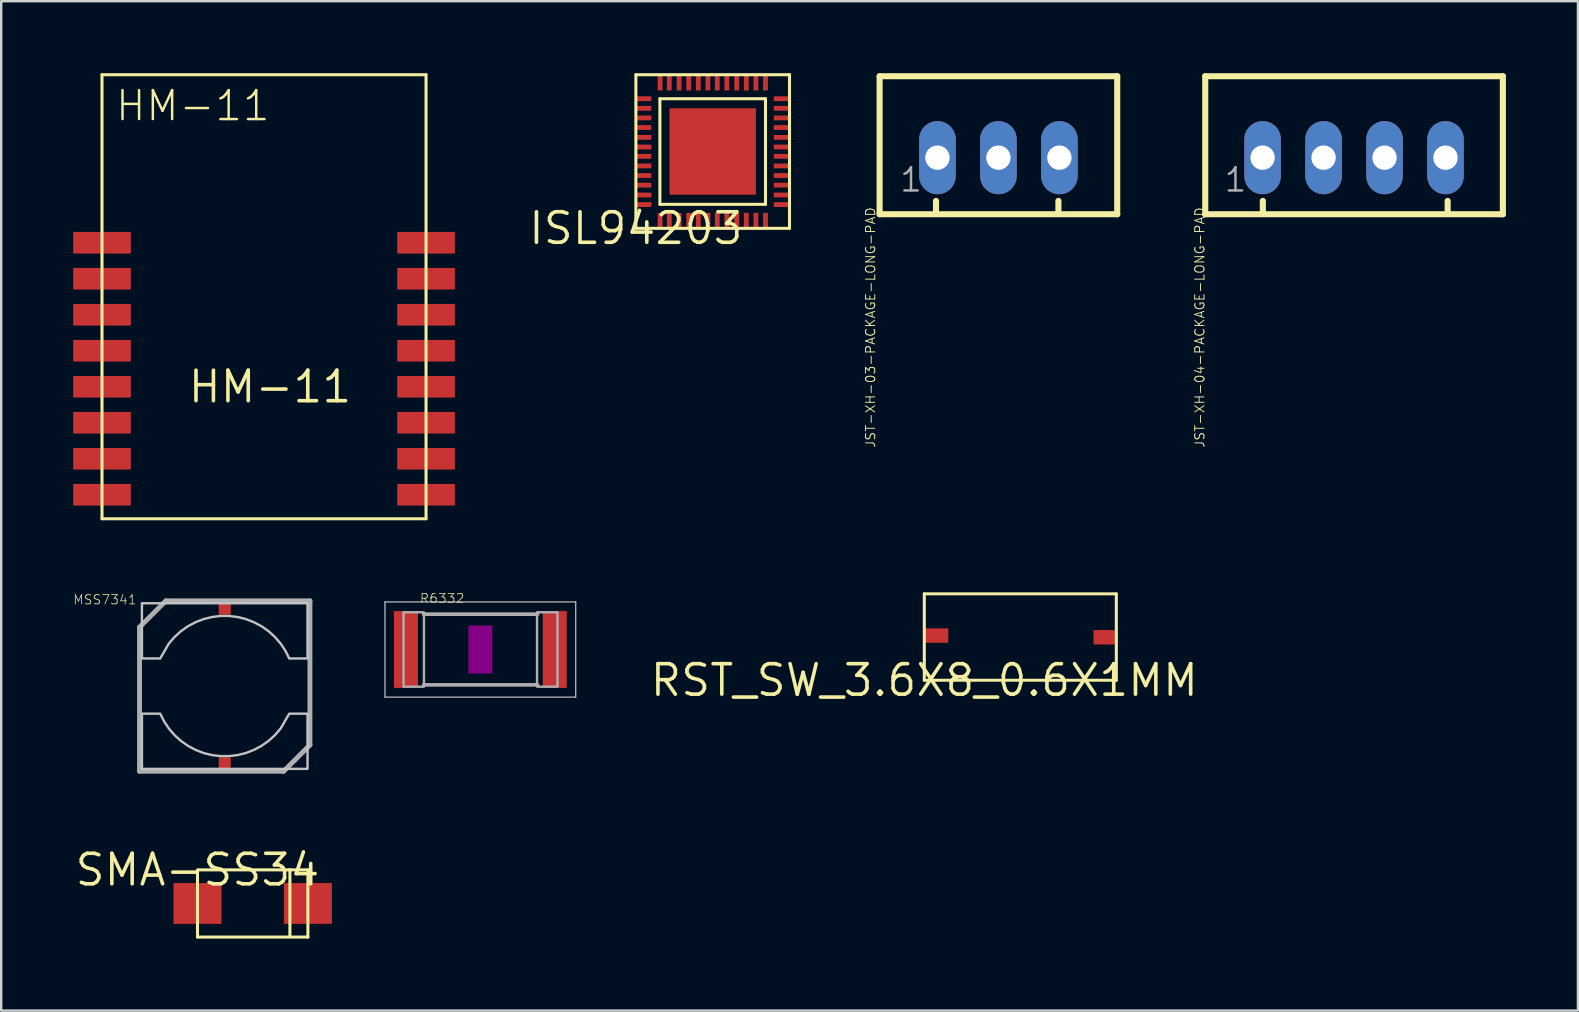
<source format=kicad_pcb>
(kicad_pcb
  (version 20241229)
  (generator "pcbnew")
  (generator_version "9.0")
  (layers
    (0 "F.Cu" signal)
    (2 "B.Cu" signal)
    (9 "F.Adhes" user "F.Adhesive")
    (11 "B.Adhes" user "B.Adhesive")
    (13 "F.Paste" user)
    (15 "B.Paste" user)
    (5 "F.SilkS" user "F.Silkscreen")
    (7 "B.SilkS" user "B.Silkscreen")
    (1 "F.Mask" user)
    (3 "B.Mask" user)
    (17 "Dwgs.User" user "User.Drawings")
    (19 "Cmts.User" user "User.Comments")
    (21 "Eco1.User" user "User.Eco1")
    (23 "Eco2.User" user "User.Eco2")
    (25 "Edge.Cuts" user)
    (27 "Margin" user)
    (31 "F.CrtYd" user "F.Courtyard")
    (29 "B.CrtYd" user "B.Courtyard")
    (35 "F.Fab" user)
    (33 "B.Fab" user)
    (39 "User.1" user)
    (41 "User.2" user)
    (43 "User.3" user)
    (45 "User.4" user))
  (footprint "JST-XH-03-PACKAGE-LONG-PAD"
    (layer "F.Cu")
    (at 38.547 3.519)
    (property "Reference" "JST-XH-03-PACKAGE-LONG-PAD" (at -5.555 2.04 270) (layer "F.SilkS") (effects (font (size 0.386 0.386) (thickness 0.039)) (justify right top)))
    (attr through_hole)
    (fp_line (start -4.95 -3.393) (end -4.95 2.357) (stroke (width 0.254) (type solid)) (layer "F.SilkS"))
    (fp_line (start -4.95 2.357) (end 4.95 2.357) (stroke (width 0.254) (type solid)) (layer "F.SilkS"))
    (fp_line (start -2.6 2.3) (end -2.6 1.8) (stroke (width 0.254) (type solid)) (layer "F.SilkS"))
    (fp_line (start 2.5 2.3) (end 2.5 1.8) (stroke (width 0.254) (type solid)) (layer "F.SilkS"))
    (fp_line (start 4.95 -3.393) (end -4.95 -3.393) (stroke (width 0.254) (type solid)) (layer "F.SilkS"))
    (fp_line (start 4.95 2.357) (end 4.95 -3.393) (stroke (width 0.254) (type solid)) (layer "F.SilkS"))
    (fp_text user "1" (at -4.168 1.488 0) (layer "F.Fab") (effects (font (size 0.965 0.965) (thickness 0.102)) (justify left bottom)))
    (pad "1" thru_hole oval (at -2.54 0 90) (size 3.048 1.524) (drill 1.016) (layers "*.Cu" "*.Mask"))
    (pad "2" thru_hole oval (at 0 0 90) (size 3.048 1.524) (drill 1.016) (layers "*.Cu" "*.Mask"))
    (pad "3" thru_hole oval (at 2.54 0 90) (size 3.048 1.524) (drill 1.016) (layers "*.Cu" "*.Mask")))
  (footprint "ISL94203"
    (layer "F.Cu")
    (at 23.443 6.463)
    (property "Reference" "ISL94203" (at 0 0 0) (layer "F.SilkS") (effects (font (size 1.27 1.27) (thickness 0.15))))
    (attr through_hole)
    (fp_line (start 0 -6.4) (end 0 0) (stroke (width 0.127) (type solid)) (layer "F.SilkS"))
    (fp_line (start 0 0) (end 6.4 0) (stroke (width 0.127) (type solid)) (layer "F.SilkS"))
    (fp_line (start 1 -5.4) (end 1 -1) (stroke (width 0.127) (type solid)) (layer "F.SilkS"))
    (fp_line (start 1 -1) (end 5.4 -1) (stroke (width 0.127) (type solid)) (layer "F.SilkS"))
    (fp_line (start 5.4 -5.4) (end 1 -5.4) (stroke (width 0.127) (type solid)) (layer "F.SilkS"))
    (fp_line (start 5.4 -1) (end 5.4 -5.4) (stroke (width 0.127) (type solid)) (layer "F.SilkS"))
    (fp_line (start 6.4 -6.4) (end 0 -6.4) (stroke (width 0.127) (type solid)) (layer "F.SilkS"))
    (fp_line (start 6.4 0) (end 6.4 -6.4) (stroke (width 0.127) (type solid)) (layer "F.SilkS"))
    (pad "ADDR" smd rect (at 5.4 -0.32) (size 0.2 0.65) (layers "F.Cu" "F.Mask" "F.Paste"))
    (pad "C1" smd rect (at 3.79 -6.07) (size 0.2 0.65) (layers "F.Cu" "F.Mask" "F.Paste"))
    (pad "C2" smd rect (at 4.2 -6.07) (size 0.2 0.65) (layers "F.Cu" "F.Mask" "F.Paste"))
    (pad "C3" smd rect (at 4.6 -6.07) (size 0.2 0.65) (layers "F.Cu" "F.Mask" "F.Paste"))
    (pad "CB1" smd rect (at 2.2 -0.32) (size 0.2 0.65) (layers "F.Cu" "F.Mask" "F.Paste"))
    (pad "CB2" smd rect (at 1.39 -0.32) (size 0.2 0.65) (layers "F.Cu" "F.Mask" "F.Paste"))
    (pad "CB3" smd rect (at 0.32 -0.99) (size 0.65 0.2) (layers "F.Cu" "F.Mask" "F.Paste"))
    (pad "CB4" smd rect (at 0.32 -1.8) (size 0.65 0.2) (layers "F.Cu" "F.Mask" "F.Paste"))
    (pad "CB5" smd rect (at 0.32 -2.6) (size 0.65 0.2) (layers "F.Cu" "F.Mask" "F.Paste"))
    (pad "CB6" smd rect (at 0.32 -3.39) (size 0.65 0.2) (layers "F.Cu" "F.Mask" "F.Paste"))
    (pad "CB7" smd rect (at 0.32 -4.2) (size 0.65 0.2) (layers "F.Cu" "F.Mask" "F.Paste"))
    (pad "CB8" smd rect (at 0.32 -5) (size 0.65 0.2) (layers "F.Cu" "F.Mask" "F.Paste"))
    (pad "CFET" smd rect (at 2.2 -6.07) (size 0.2 0.65) (layers "F.Cu" "F.Mask" "F.Paste"))
    (pad "CHMON" smd rect (at 5.4 -6.07) (size 0.2 0.65) (layers "F.Cu" "F.Mask" "F.Paste"))
    (pad "CSI1" smd rect (at 1.39 -6.07) (size 0.2 0.65) (layers "F.Cu" "F.Mask" "F.Paste"))
    (pad "CSI2" smd rect (at 1.8 -6.07) (size 0.2 0.65) (layers "F.Cu" "F.Mask" "F.Paste"))
    (pad "DFET" smd rect (at 3.39 -6.07) (size 0.2 0.65) (layers "F.Cu" "F.Mask" "F.Paste"))
    (pad "DNC" smd rect (at 5 -0.32) (size 0.2 0.65) (layers "F.Cu" "F.Mask" "F.Paste"))
    (pad "DNC2" smd rect (at 6.07 -3) (size 0.65 0.2) (layers "F.Cu" "F.Mask" "F.Paste"))
    (pad "EOC" smd rect (at 6.07 -5) (size 0.65 0.2) (layers "F.Cu" "F.Mask" "F.Paste"))
    (pad "FETSOFF" smd rect (at 6.07 -4.2) (size 0.65 0.2) (layers "F.Cu" "F.Mask" "F.Paste"))
    (pad "INT" smd rect (at 6.07 -3.39) (size 0.65 0.2) (layers "F.Cu" "F.Mask" "F.Paste"))
    (pad "LDMON" smd rect (at 5 -6.07) (size 0.2 0.65) (layers "F.Cu" "F.Mask" "F.Paste"))
    (pad "PAD" smd rect (at 3.2 -3.2) (size 3.6 3.6) (layers "F.Cu" "F.Mask" "F.Paste"))
    (pad "PCFET" smd rect (at 2.6 -6.07) (size 0.2 0.65) (layers "F.Cu" "F.Mask" "F.Paste"))
    (pad "PSD" smd rect (at 6.07 -3.79) (size 0.65 0.2) (layers "F.Cu" "F.Mask" "F.Paste"))
    (pad "RGO" smd rect (at 6.07 -5.4) (size 0.65 0.2) (layers "F.Cu" "F.Mask" "F.Paste"))
    (pad "SCL" smd rect (at 6.07 -0.99) (size 0.65 0.2) (layers "F.Cu" "F.Mask" "F.Paste"))
    (pad "SD" smd rect (at 6.07 -4.6) (size 0.65 0.2) (layers "F.Cu" "F.Mask" "F.Paste"))
    (pad "SDAI" smd rect (at 6.07 -1.39) (size 0.65 0.2) (layers "F.Cu" "F.Mask" "F.Paste"))
    (pad "SDAO" smd rect (at 6.07 -1.8) (size 0.65 0.2) (layers "F.Cu" "F.Mask" "F.Paste"))
    (pad "TEMPO" smd rect (at 4.6 -0.32) (size 0.2 0.65) (layers "F.Cu" "F.Mask" "F.Paste"))
    (pad "VBATT" smd rect (at 1.01 -6.07) (size 0.2 0.65) (layers "F.Cu" "F.Mask" "F.Paste"))
    (pad "VC0" smd rect (at 2.6 -0.32) (size 0.2 0.65) (layers "F.Cu" "F.Mask" "F.Paste"))
    (pad "VC1" smd rect (at 1.8 -0.32) (size 0.2 0.65) (layers "F.Cu" "F.Mask" "F.Paste"))
    (pad "VC2" smd rect (at 1.01 -0.32) (size 0.2 0.65) (layers "F.Cu" "F.Mask" "F.Paste"))
    (pad "VC3" smd rect (at 0.32 -1.39) (size 0.65 0.2) (layers "F.Cu" "F.Mask" "F.Paste"))
    (pad "VC4" smd rect (at 0.32 -2.2) (size 0.65 0.2) (layers "F.Cu" "F.Mask" "F.Paste"))
    (pad "VC5" smd rect (at 0.32 -3) (size 0.65 0.2) (layers "F.Cu" "F.Mask" "F.Paste"))
    (pad "VC6" smd rect (at 0.32 -3.79) (size 0.65 0.2) (layers "F.Cu" "F.Mask" "F.Paste"))
    (pad "VC7" smd rect (at 0.32 -4.6) (size 0.65 0.2) (layers "F.Cu" "F.Mask" "F.Paste"))
    (pad "VC8" smd rect (at 0.32 -5.4) (size 0.65 0.2) (layers "F.Cu" "F.Mask" "F.Paste"))
    (pad "VDD" smd rect (at 3 -6.07) (size 0.2 0.65) (layers "F.Cu" "F.Mask" "F.Paste"))
    (pad "VREF" smd rect (at 3.39 -0.32) (size 0.2 0.65) (layers "F.Cu" "F.Mask" "F.Paste"))
    (pad "VSS" smd rect (at 3 -0.32) (size 0.2 0.65) (layers "F.Cu" "F.Mask" "F.Paste"))
    (pad "VSS2" smd rect (at 6.07 -2.2) (size 0.65 0.2) (layers "F.Cu" "F.Mask" "F.Paste"))
    (pad "VSS3" smd rect (at 6.07 -2.6) (size 0.65 0.2) (layers "F.Cu" "F.Mask" "F.Paste"))
    (pad "XT1" smd rect (at 3.79 -0.32) (size 0.2 0.65) (layers "F.Cu" "F.Mask" "F.Paste"))
    (pad "XT2" smd rect (at 4.2 -0.32) (size 0.2 0.65) (layers "F.Cu" "F.Mask" "F.Paste")))
  (footprint "RST_SW_3.6X8_0.6X1MM"
    (layer "F.Cu")
    (at 35.459 25.291)
    (property "Reference" "RST_SW_3.6X8_0.6X1MM" (at 0 0 0) (layer "F.SilkS") (effects (font (size 1.27 1.27) (thickness 0.15))))
    (attr through_hole)
    (fp_line (start 0 -3.6) (end 0 0) (stroke (width 0.127) (type solid)) (layer "F.SilkS"))
    (fp_line (start 0 0) (end 8 0) (stroke (width 0.127) (type solid)) (layer "F.SilkS"))
    (fp_line (start 8 -3.6) (end 0 -3.6) (stroke (width 0.127) (type solid)) (layer "F.SilkS"))
    (fp_line (start 8 0) (end 8 -3.6) (stroke (width 0.127) (type solid)) (layer "F.SilkS"))
    (pad "P$1" smd rect (at 0.5 -1.86) (size 1 0.6) (layers "F.Cu" "F.Mask" "F.Paste"))
    (pad "P$2" smd rect (at 7.55 -1.79) (size 1 0.6) (layers "F.Cu" "F.Mask" "F.Paste")))
  (footprint "JST-XH-04-PACKAGE-LONG-PAD"
    (layer "F.Cu")
    (at 53.364 3.519)
    (property "Reference" "JST-XH-04-PACKAGE-LONG-PAD" (at -6.655 2.04 270) (layer "F.SilkS") (effects (font (size 0.386 0.386) (thickness 0.039)) (justify right top)))
    (attr through_hole)
    (fp_line (start -6.2 -3.393) (end -6.2 2.357) (stroke (width 0.254) (type solid)) (layer "F.SilkS"))
    (fp_line (start -6.2 2.357) (end 6.2 2.357) (stroke (width 0.254) (type solid)) (layer "F.SilkS"))
    (fp_line (start -3.8 2.3) (end -3.8 1.8) (stroke (width 0.254) (type solid)) (layer "F.SilkS"))
    (fp_line (start 3.9 2.3) (end 3.9 1.8) (stroke (width 0.254) (type solid)) (layer "F.SilkS"))
    (fp_line (start 6.2 -3.393) (end -6.2 -3.393) (stroke (width 0.254) (type solid)) (layer "F.SilkS"))
    (fp_line (start 6.2 2.357) (end 6.2 -3.393) (stroke (width 0.254) (type solid)) (layer "F.SilkS"))
    (fp_text user "1" (at -5.468 1.488 0) (layer "F.Fab") (effects (font (size 0.965 0.965) (thickness 0.102)) (justify left bottom)))
    (pad "1" thru_hole oval (at -3.81 0 90) (size 3.048 1.524) (drill 1.016) (layers "*.Cu" "*.Mask"))
    (pad "2" thru_hole oval (at -1.27 0 90) (size 3.048 1.524) (drill 1.016) (layers "*.Cu" "*.Mask"))
    (pad "3" thru_hole oval (at 1.27 0 90) (size 3.048 1.524) (drill 1.016) (layers "*.Cu" "*.Mask"))
    (pad "4" thru_hole oval (at 3.81 0 90) (size 3.048 1.524) (drill 1.016) (layers "*.Cu" "*.Mask")))
  (footprint "MSS7341"
    (layer "F.Cu")
    (at 6.313 25.533)
    (property "Reference" "MSS7341" (at -3.65 -3.825 180) (layer "F.SilkS") (effects (font (size 0.386 0.386) (thickness 0.031)) (justify right top)))
    (attr through_hole)
    (fp_poly (pts (xy -3.45 -1.15) (xy -3.45 -3.45) (xy 3.45 -3.45) (xy 3.45 -1.15) (xy 2.688 -1.15) (xy 2.527 -1.471) (xy 2.328 -1.77) (xy 2.094 -2.042) (xy 1.828 -2.283) (xy 1.535 -2.49) (xy 1.218 -2.659) (xy 0.884 -2.789) (xy 0.536 -2.876) (xy 0.179 -2.92) (xy -0.179 -2.92) (xy -0.536 -2.876) (xy -0.884 -2.789) (xy -1.218 -2.659) (xy -1.535 -2.49) (xy -1.828 -2.283) (xy -2.094 -2.042) (xy -2.328 -1.77) (xy -2.688 -1.15)) (stroke (width 0) (type solid)) (fill yes) (layer "F.Mask"))
    (fp_poly (pts (xy 3.45 1.15) (xy 3.45 3.45) (xy -3.45 3.45) (xy -3.45 1.15) (xy -2.688 1.15) (xy -2.527 1.471) (xy -2.328 1.77) (xy -2.094 2.042) (xy -1.828 2.283) (xy -1.535 2.49) (xy -1.218 2.659) (xy -0.884 2.789) (xy -0.536 2.876) (xy -0.179 2.92) (xy 0.179 2.92) (xy 0.536 2.876) (xy 0.884 2.789) (xy 1.218 2.659) (xy 1.535 2.49) (xy 1.828 2.283) (xy 2.094 2.042) (xy 2.328 1.77) (xy 2.688 1.15)) (stroke (width 0) (type solid)) (fill yes) (layer "F.Mask"))
    (fp_poly (pts (xy -3.45 -1.15) (xy -3.45 -3.45) (xy 3.45 -3.45) (xy 3.45 -1.15) (xy 2.688 -1.15) (xy 2.527 -1.471) (xy 2.328 -1.77) (xy 2.094 -2.042) (xy 1.828 -2.283) (xy 1.535 -2.49) (xy 1.218 -2.659) (xy 0.884 -2.789) (xy 0.536 -2.876) (xy 0.179 -2.92) (xy -0.179 -2.92) (xy -0.536 -2.876) (xy -0.884 -2.789) (xy -1.218 -2.659) (xy -1.535 -2.49) (xy -1.828 -2.283) (xy -2.094 -2.042) (xy -2.328 -1.77) (xy -2.688 -1.15)) (stroke (width 0) (type solid)) (fill yes) (layer "F.Paste"))
    (fp_poly (pts (xy 3.45 1.15) (xy 3.45 3.45) (xy -3.45 3.45) (xy -3.45 1.15) (xy -2.688 1.15) (xy -2.527 1.471) (xy -2.328 1.77) (xy -2.094 2.042) (xy -1.828 2.283) (xy -1.535 2.49) (xy -1.218 2.659) (xy -0.884 2.789) (xy -0.536 2.876) (xy -0.179 2.92) (xy 0.179 2.92) (xy 0.536 2.876) (xy 0.884 2.789) (xy 1.218 2.659) (xy 1.535 2.49) (xy 1.828 2.283) (xy 2.094 2.042) (xy 2.328 1.77) (xy 2.688 1.15)) (stroke (width 0) (type solid)) (fill yes) (layer "F.Paste"))
    (fp_poly (pts (xy -3.45 -1.15) (xy -3.45 -3.45) (xy 3.45 -3.45) (xy 3.45 -1.15) (xy 2.688 -1.15) (xy 2.527 -1.471) (xy 2.328 -1.77) (xy 2.094 -2.042) (xy 1.828 -2.283) (xy 1.535 -2.49) (xy 1.218 -2.659) (xy 0.884 -2.789) (xy 0.536 -2.876) (xy 0.179 -2.92) (xy -0.179 -2.92) (xy -0.536 -2.876) (xy -0.884 -2.789) (xy -1.218 -2.659) (xy -1.535 -2.49) (xy -1.828 -2.283) (xy -2.094 -2.042) (xy -2.328 -1.77) (xy -2.688 -1.15)) (stroke (width 0.1) (type solid)) (fill no) (layer "Dwgs.User"))
    (fp_poly (pts (xy 3.45 1.15) (xy 3.45 3.45) (xy -3.45 3.45) (xy -3.45 1.15) (xy -2.688 1.15) (xy -2.527 1.471) (xy -2.328 1.77) (xy -2.094 2.042) (xy -1.828 2.283) (xy -1.535 2.49) (xy -1.218 2.659) (xy -0.884 2.789) (xy -0.536 2.876) (xy -0.179 2.92) (xy 0.179 2.92) (xy 0.536 2.876) (xy 0.884 2.789) (xy 1.218 2.659) (xy 1.535 2.49) (xy 1.828 2.283) (xy 2.094 2.042) (xy 2.328 1.77) (xy 2.688 1.15)) (stroke (width 0.1) (type solid)) (fill no) (layer "Dwgs.User"))
    (fp_line (start -3.55 -2.454) (end -2.454 -3.55) (stroke (width 0.203) (type solid)) (layer "F.Fab"))
    (fp_line (start -3.55 3.55) (end -3.55 -2.454) (stroke (width 0.203) (type solid)) (layer "F.Fab"))
    (fp_line (start -2.454 -3.55) (end 3.55 -3.55) (stroke (width 0.203) (type solid)) (layer "F.Fab"))
    (fp_line (start 2.454 3.55) (end -3.55 3.55) (stroke (width 0.203) (type solid)) (layer "F.Fab"))
    (fp_line (start 3.55 -3.55) (end 3.55 2.454) (stroke (width 0.203) (type solid)) (layer "F.Fab"))
    (fp_line (start 3.55 2.454) (end 2.454 3.55) (stroke (width 0.203) (type solid)) (layer "F.Fab"))
    (pad "1" smd rect (at 0 -3.225) (size 0.5 0.5) (layers "F.Cu" "F.Mask"))
    (pad "2" smd rect (at 0 3.225 180) (size 0.5 0.5) (layers "F.Cu" "F.Mask")))
  (footprint "HM-11"
    (layer "F.Cu")
    (at 8.2 13.063)
    (property "Reference" "HM-11" (at 0 0 0) (layer "F.SilkS") (effects (font (size 1.27 1.27) (thickness 0.15))))
    (attr through_hole)
    (fp_line (start -7 -13) (end -7 5.5) (stroke (width 0.127) (type solid)) (layer "F.SilkS"))
    (fp_line (start -7 5.5) (end 6.5 5.5) (stroke (width 0.127) (type solid)) (layer "F.SilkS"))
    (fp_line (start 6.5 -13) (end -7 -13) (stroke (width 0.127) (type solid)) (layer "F.SilkS"))
    (fp_line (start 6.5 5.5) (end 6.5 -13) (stroke (width 0.127) (type solid)) (layer "F.SilkS"))
    (fp_text user "HM-11" (at -6.5 -11 0) (layer "F.SilkS") (effects (font (size 1.206 1.206) (thickness 0.102)) (justify left bottom)))
    (pad "GND" smd rect (at 6.5 0) (size 2.4 0.9) (layers "F.Cu" "F.Mask" "F.Paste"))
    (pad "NC@5" smd rect (at -7 0) (size 2.4 0.9) (layers "F.Cu" "F.Mask" "F.Paste"))
    (pad "NC@6" smd rect (at -7 1.5) (size 2.4 0.9) (layers "F.Cu" "F.Mask" "F.Paste"))
    (pad "NC@7" smd rect (at -7 3) (size 2.4 0.9) (layers "F.Cu" "F.Mask" "F.Paste"))
    (pad "NC@8" smd rect (at -7 4.5) (size 2.4 0.9) (layers "F.Cu" "F.Mask" "F.Paste"))
    (pad "NC@10" smd rect (at 6.5 3) (size 2.4 0.9) (layers "F.Cu" "F.Mask" "F.Paste"))
    (pad "PIO0" smd rect (at 6.5 -6) (size 2.4 0.9) (layers "F.Cu" "F.Mask" "F.Paste"))
    (pad "PIO1" smd rect (at 6.5 -4.5) (size 2.4 0.9) (layers "F.Cu" "F.Mask" "F.Paste"))
    (pad "PIO2" smd rect (at 6.5 -3) (size 2.4 0.9) (layers "F.Cu" "F.Mask" "F.Paste"))
    (pad "PIO3" smd rect (at 6.5 -1.5) (size 2.4 0.9) (layers "F.Cu" "F.Mask" "F.Paste"))
    (pad "RESETB" smd rect (at 6.5 1.5) (size 2.4 0.9) (layers "F.Cu" "F.Mask" "F.Paste"))
    (pad "UART_CTS" smd rect (at -7 -3) (size 2.4 0.9) (layers "F.Cu" "F.Mask" "F.Paste"))
    (pad "UART_RTS" smd rect (at -7 -6) (size 2.4 0.9) (layers "F.Cu" "F.Mask" "F.Paste"))
    (pad "UART_RX" smd rect (at -7 -1.5) (size 2.4 0.9) (layers "F.Cu" "F.Mask" "F.Paste"))
    (pad "UART_TX" smd rect (at -7 -4.5) (size 2.4 0.9) (layers "F.Cu" "F.Mask" "F.Paste"))
    (pad "VCC" smd rect (at 6.5 4.5) (size 2.4 0.9) (layers "F.Cu" "F.Mask" "F.Paste")))
  (footprint "R6332"
    (layer "F.Cu")
    (at 16.963 24.011)
    (property "Reference" "R6332" (at -2.54 -1.905 0) (layer "F.SilkS") (effects (font (size 0.386 0.386) (thickness 0.031)) (justify left bottom)))
    (attr through_hole)
    (fp_poly (pts (xy -0.5 1) (xy 0.5 1) (xy 0.5 -1) (xy -0.5 -1)) (stroke (width 0) (type solid)) (fill yes) (layer "F.Adhes"))
    (fp_line (start -3.973 -1.983) (end 3.973 -1.983) (stroke (width 0.051) (type solid)) (layer "Dwgs.User"))
    (fp_line (start -3.973 1.983) (end -3.973 -1.983) (stroke (width 0.051) (type solid)) (layer "Dwgs.User"))
    (fp_line (start 3.973 -1.983) (end 3.973 1.983) (stroke (width 0.051) (type solid)) (layer "Dwgs.User"))
    (fp_line (start 3.973 1.983) (end -3.973 1.983) (stroke (width 0.051) (type solid)) (layer "Dwgs.User"))
    (fp_line (start -2.362 -1.473) (end 2.387 -1.473) (stroke (width 0.152) (type solid)) (layer "F.Fab"))
    (fp_line (start -2.362 1.473) (end 2.387 1.473) (stroke (width 0.152) (type solid)) (layer "F.Fab"))
    (fp_poly (pts (xy -3.2 1.549) (xy -2.35 1.549) (xy -2.35 -1.551) (xy -3.2 -1.551)) (stroke (width 0.1) (type solid)) (fill no) (layer "F.Fab"))
    (fp_poly (pts (xy 2.362 1.549) (xy 3.212 1.549) (xy 3.212 -1.551) (xy 2.362 -1.551)) (stroke (width 0.1) (type solid)) (fill no) (layer "F.Fab"))
    (pad "1" smd rect (at -3.1 0) (size 1 3.2) (layers "F.Cu" "F.Mask" "F.Paste"))
    (pad "2" smd rect (at 3.1 0) (size 1 3.2) (layers "F.Cu" "F.Mask" "F.Paste")))
  (footprint "SMA-SS34"
    (layer "F.Cu")
    (at 5.178 33.191)
    (property "Reference" "SMA-SS34" (at 0 0 0) (layer "F.SilkS") (effects (font (size 1.27 1.27) (thickness 0.15))))
    (attr through_hole)
    (fp_line (start 0 2.8) (end 0 0) (stroke (width 0.127) (type solid)) (layer "F.SilkS"))
    (fp_line (start 0.05 0) (end 3.81 0) (stroke (width 0.127) (type solid)) (layer "F.SilkS"))
    (fp_line (start 3.81 0) (end 3.85 0) (stroke (width 0.127) (type solid)) (layer "F.SilkS"))
    (fp_line (start 3.85 0) (end 3.85 2.75) (stroke (width 0.127) (type solid)) (layer "F.SilkS"))
    (fp_line (start 3.85 0) (end 4.6 0) (stroke (width 0.127) (type solid)) (layer "F.SilkS"))
    (fp_line (start 4.6 0) (end 4.6 2.8) (stroke (width 0.127) (type solid)) (layer "F.SilkS"))
    (fp_line (start 4.6 2.8) (end 0 2.8) (stroke (width 0.127) (type solid)) (layer "F.SilkS"))
    (pad "1" smd rect (at 0 1.4) (size 2 1.7) (layers "F.Cu" "F.Mask" "F.Paste"))
    (pad "2" smd rect (at 4.6 1.4) (size 2 1.7) (layers "F.Cu" "F.Mask" "F.Paste")))
  (gr_rect
    (start -3 -3)
    (end 62.691 39.055)
    (stroke (width 0.1) (type default))
    (fill no)
    (layer "Edge.Cuts")))
</source>
